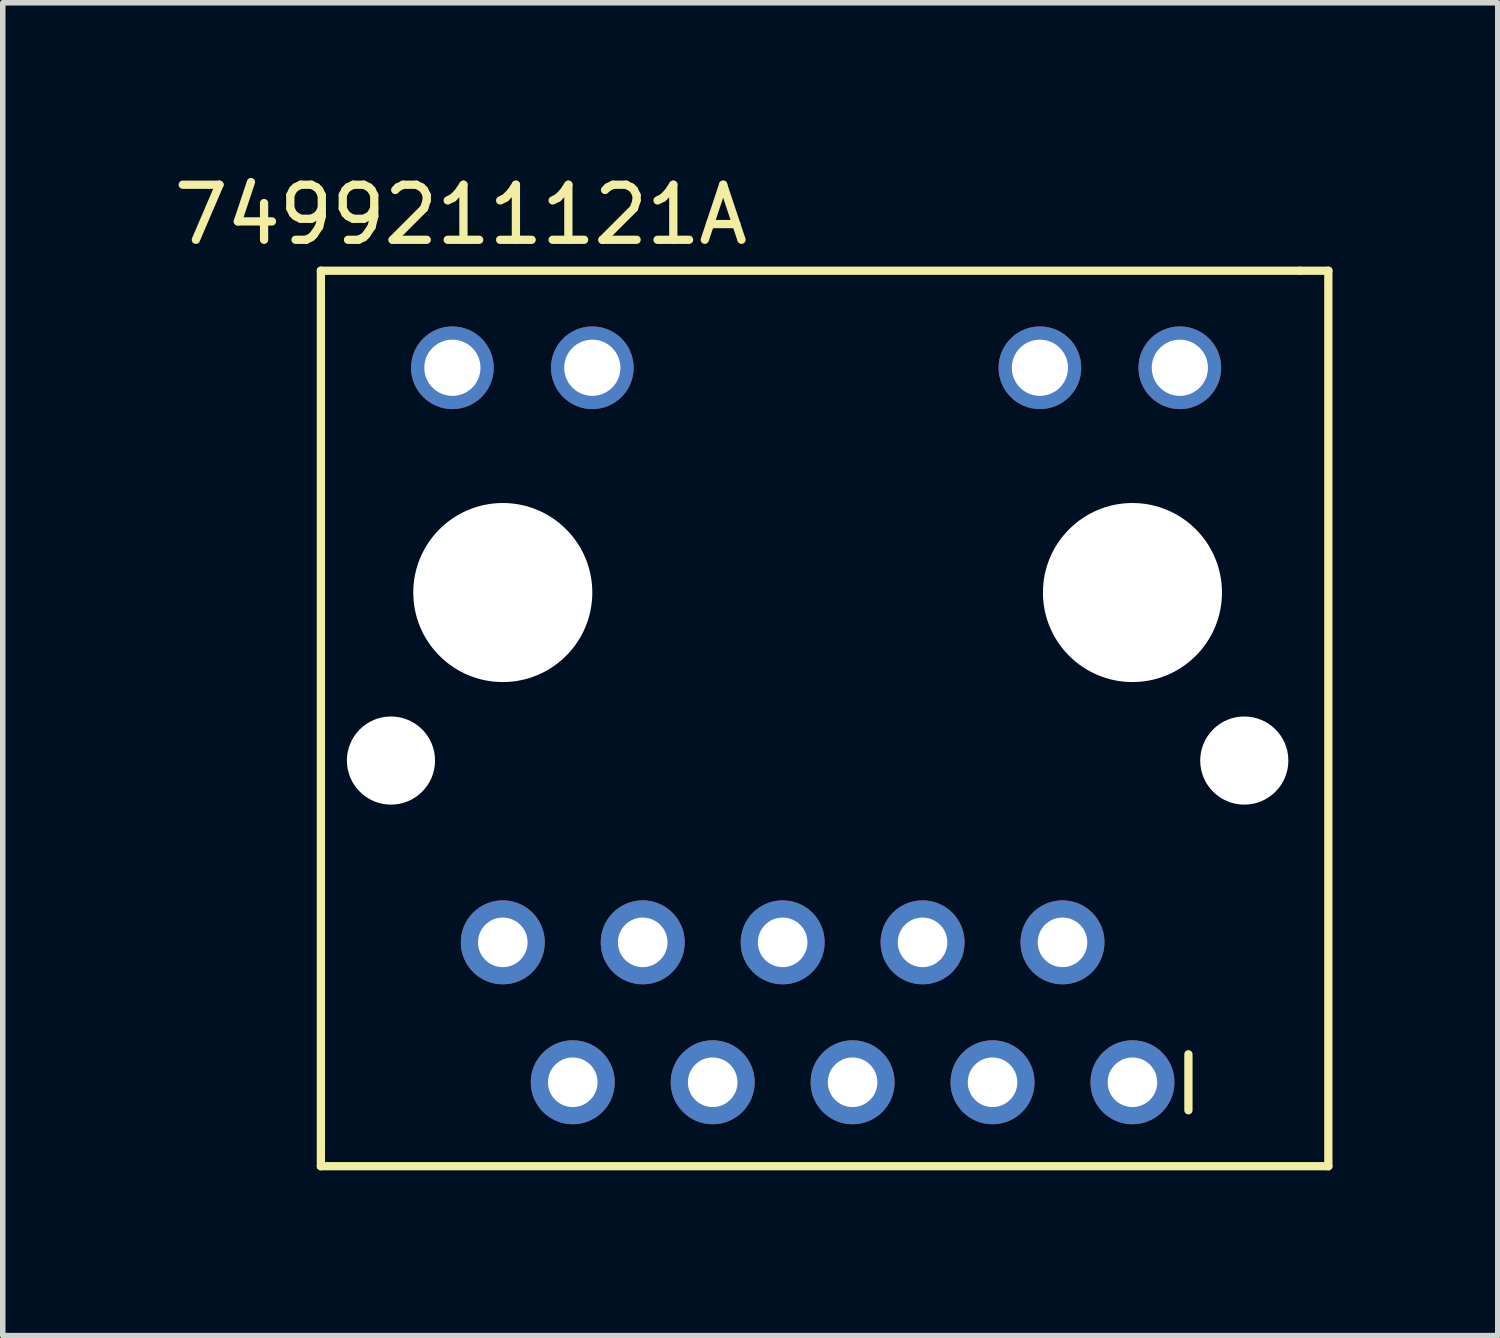
<source format=kicad_pcb>
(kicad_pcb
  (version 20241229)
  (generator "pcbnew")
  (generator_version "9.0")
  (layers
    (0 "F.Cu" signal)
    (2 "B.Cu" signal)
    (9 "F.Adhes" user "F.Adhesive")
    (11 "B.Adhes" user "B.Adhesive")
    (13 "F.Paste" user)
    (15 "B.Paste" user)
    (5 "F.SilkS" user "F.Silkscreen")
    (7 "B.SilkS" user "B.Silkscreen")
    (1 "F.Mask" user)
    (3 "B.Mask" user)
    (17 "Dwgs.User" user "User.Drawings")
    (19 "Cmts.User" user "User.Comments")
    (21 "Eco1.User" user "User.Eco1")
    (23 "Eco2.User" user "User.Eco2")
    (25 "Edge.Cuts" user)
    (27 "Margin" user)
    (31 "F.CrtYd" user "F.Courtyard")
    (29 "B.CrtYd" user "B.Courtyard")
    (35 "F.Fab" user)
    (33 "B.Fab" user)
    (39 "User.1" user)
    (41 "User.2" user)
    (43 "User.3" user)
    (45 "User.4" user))
  (footprint "7499211121A"
    (layer "F.Cu")
    (at 7.347 16.596)
    (property "Reference" "7499211121A" (at -2.032 -15.748 0) (layer "F.SilkS") (effects (font (size 1 1) (thickness 0.15))))
    (attr through_hole)
    (fp_line (start -4.572 1.524) (end -4.572 -14.732) (stroke (width 0.15) (type solid)) (layer "F.SilkS"))
    (fp_line (start -4.572 1.524) (end 13.716 1.524) (stroke (width 0.15) (type solid)) (layer "F.SilkS"))
    (fp_line (start 11.176 0.508) (end 11.176 -0.508) (stroke (width 0.15) (type solid)) (layer "F.SilkS"))
    (fp_line (start 13.208 -14.732) (end -4.572 -14.732) (stroke (width 0.15) (type solid)) (layer "F.SilkS"))
    (fp_line (start 13.208 -14.732) (end 13.716 -14.732) (stroke (width 0.15) (type solid)) (layer "F.SilkS"))
    (fp_line (start 13.716 -14.732) (end 13.716 1.524) (stroke (width 0.15) (type solid)) (layer "F.SilkS"))
    (pad "" np_thru_hole circle (at -3.3 -5.84) (size 1.6 1.6) (drill 1.6) (layers "*.Cu" "*.Mask"))
    (pad "" np_thru_hole circle (at -1.27 -8.89) (size 3.25 3.25) (drill 3.25) (layers "*.Cu" "*.Mask"))
    (pad "" np_thru_hole circle (at 10.16 -8.89) (size 3.25 3.25) (drill 3.25) (layers "*.Cu" "*.Mask"))
    (pad "" np_thru_hole circle (at 12.19 -5.84) (size 1.6 1.6) (drill 1.6) (layers "*.Cu" "*.Mask"))
    (pad "1" thru_hole circle (at 10.16 0) (size 1.524 1.524) (drill 0.9) (layers "*.Cu" "*.Mask"))
    (pad "2" thru_hole circle (at 8.89 -2.54) (size 1.524 1.524) (drill 0.9) (layers "*.Cu" "*.Mask"))
    (pad "3" thru_hole circle (at 7.62 0) (size 1.524 1.524) (drill 0.9) (layers "*.Cu" "*.Mask"))
    (pad "4" thru_hole circle (at 6.35 -2.54) (size 1.524 1.524) (drill 0.9) (layers "*.Cu" "*.Mask"))
    (pad "5" thru_hole circle (at 5.08 0) (size 1.524 1.524) (drill 0.9) (layers "*.Cu" "*.Mask"))
    (pad "6" thru_hole circle (at 3.81 -2.54) (size 1.524 1.524) (drill 0.9) (layers "*.Cu" "*.Mask"))
    (pad "7" thru_hole circle (at 2.54 0) (size 1.524 1.524) (drill 0.9) (layers "*.Cu" "*.Mask"))
    (pad "8" thru_hole circle (at 1.27 -2.54) (size 1.524 1.524) (drill 0.9) (layers "*.Cu" "*.Mask"))
    (pad "9" thru_hole circle (at 0 0) (size 1.524 1.524) (drill 0.9) (layers "*.Cu" "*.Mask"))
    (pad "10" thru_hole circle (at -1.27 -2.54) (size 1.524 1.524) (drill 0.9) (layers "*.Cu" "*.Mask"))
    (pad "11" thru_hole circle (at 11.02 -12.97) (size 1.5 1.5) (drill 1.02) (layers "*.Cu" "*.Mask"))
    (pad "12" thru_hole circle (at 8.48 -12.97) (size 1.5 1.5) (drill 1.02) (layers "*.Cu" "*.Mask"))
    (pad "13" thru_hole circle (at 0.355 -12.97) (size 1.5 1.5) (drill 1.02) (layers "*.Cu" "*.Mask"))
    (pad "14" thru_hole circle (at -2.185 -12.97) (size 1.5 1.5) (drill 1.02) (layers "*.Cu" "*.Mask")))
  (gr_rect
    (start -3 -3)
    (end 24.138 21.195)
    (stroke (width 0.1) (type default))
    (fill no)
    (layer "Edge.Cuts")))
</source>
